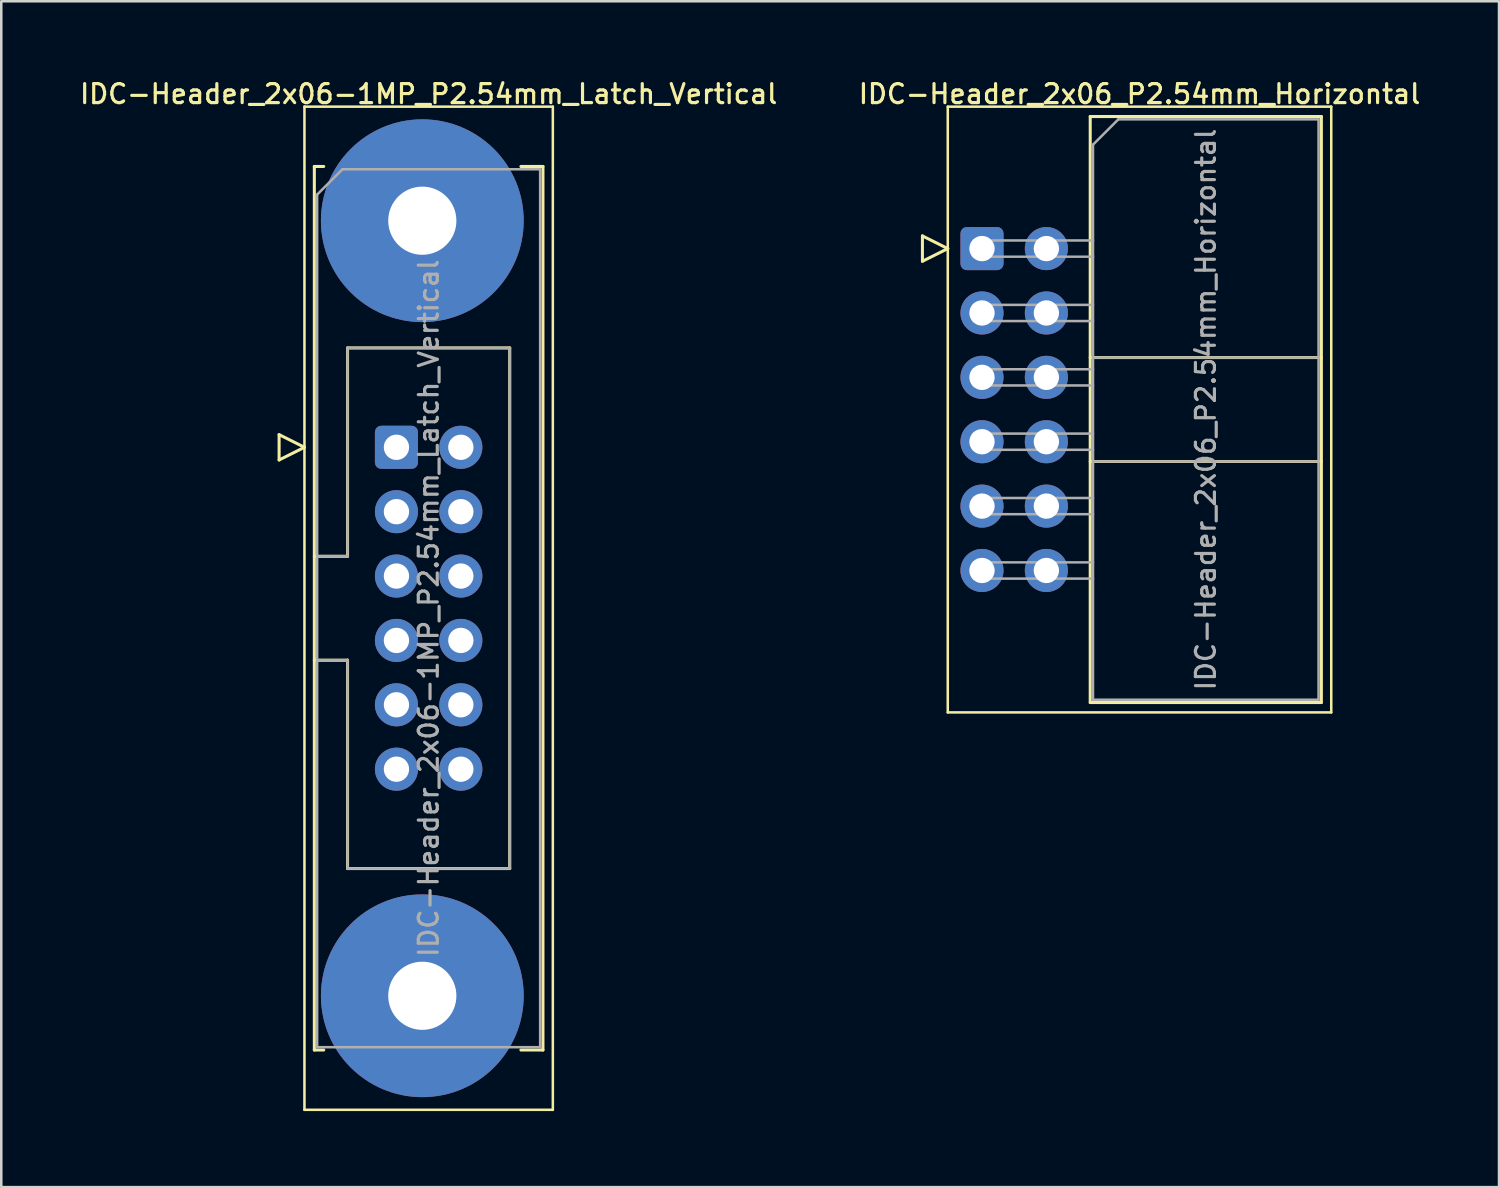
<source format=kicad_pcb>
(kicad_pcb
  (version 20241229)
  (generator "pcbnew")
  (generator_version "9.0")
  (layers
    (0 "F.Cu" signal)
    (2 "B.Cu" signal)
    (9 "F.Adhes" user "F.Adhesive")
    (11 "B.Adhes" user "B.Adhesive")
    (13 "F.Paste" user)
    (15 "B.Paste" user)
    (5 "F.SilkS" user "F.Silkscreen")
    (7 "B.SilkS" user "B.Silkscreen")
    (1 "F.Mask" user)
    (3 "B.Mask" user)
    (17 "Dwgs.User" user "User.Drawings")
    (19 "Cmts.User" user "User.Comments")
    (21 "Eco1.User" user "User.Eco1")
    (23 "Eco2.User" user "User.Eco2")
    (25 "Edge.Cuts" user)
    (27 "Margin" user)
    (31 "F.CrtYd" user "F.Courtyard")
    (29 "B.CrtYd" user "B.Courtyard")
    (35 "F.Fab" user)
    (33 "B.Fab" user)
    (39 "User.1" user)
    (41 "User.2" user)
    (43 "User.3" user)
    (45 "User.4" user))
  (footprint "IDC-Header_2x06_P2.54mm_Horizontal"
    (layer "F.Cu")
    (at 35.694 6.758)
    (property "Reference" "IDC-Header_2x06_P2.54mm_Horizontal" (at 6.215 -6.1 0) (layer "F.SilkS") (effects (font (size 0.75 0.75) (thickness 0.125))))
    (attr through_hole)
    (fp_line (start -2.35 -0.5) (end -2.35 0.5) (stroke (width 0.12) (type solid)) (layer "F.SilkS"))
    (fp_line (start -2.35 0.5) (end -1.35 0) (stroke (width 0.12) (type solid)) (layer "F.SilkS"))
    (fp_line (start -1.35 -5.6) (end -1.35 18.3) (stroke (width 0.1) (type solid)) (layer "F.SilkS"))
    (fp_line (start -1.35 0) (end -2.35 -0.5) (stroke (width 0.12) (type solid)) (layer "F.SilkS"))
    (fp_line (start -1.35 18.3) (end 13.78 18.3) (stroke (width 0.1) (type solid)) (layer "F.SilkS"))
    (fp_line (start 4.27 -5.21) (end 13.39 -5.21) (stroke (width 0.12) (type solid)) (layer "F.SilkS"))
    (fp_line (start 4.27 4.3) (end 13.39 4.3) (stroke (width 0.12) (type solid)) (layer "F.SilkS"))
    (fp_line (start 4.27 8.4) (end 13.39 8.4) (stroke (width 0.12) (type solid)) (layer "F.SilkS"))
    (fp_line (start 4.27 17.91) (end 4.27 -5.21) (stroke (width 0.12) (type solid)) (layer "F.SilkS"))
    (fp_line (start 13.39 -5.21) (end 13.39 17.91) (stroke (width 0.12) (type solid)) (layer "F.SilkS"))
    (fp_line (start 13.39 17.91) (end 4.27 17.91) (stroke (width 0.12) (type solid)) (layer "F.SilkS"))
    (fp_line (start 13.78 -5.6) (end -1.35 -5.6) (stroke (width 0.1) (type solid)) (layer "F.SilkS"))
    (fp_line (start 13.78 18.3) (end 13.78 -5.6) (stroke (width 0.1) (type solid)) (layer "F.SilkS"))
    (fp_line (start -0.32 -0.32) (end -0.32 0.32) (stroke (width 0.1) (type solid)) (layer "F.Fab"))
    (fp_line (start -0.32 0.32) (end 4.38 0.32) (stroke (width 0.1) (type solid)) (layer "F.Fab"))
    (fp_line (start -0.32 2.22) (end -0.32 2.86) (stroke (width 0.1) (type solid)) (layer "F.Fab"))
    (fp_line (start -0.32 2.86) (end 4.38 2.86) (stroke (width 0.1) (type solid)) (layer "F.Fab"))
    (fp_line (start -0.32 4.76) (end -0.32 5.4) (stroke (width 0.1) (type solid)) (layer "F.Fab"))
    (fp_line (start -0.32 5.4) (end 4.38 5.4) (stroke (width 0.1) (type solid)) (layer "F.Fab"))
    (fp_line (start -0.32 7.3) (end -0.32 7.94) (stroke (width 0.1) (type solid)) (layer "F.Fab"))
    (fp_line (start -0.32 7.94) (end 4.38 7.94) (stroke (width 0.1) (type solid)) (layer "F.Fab"))
    (fp_line (start -0.32 9.84) (end -0.32 10.48) (stroke (width 0.1) (type solid)) (layer "F.Fab"))
    (fp_line (start -0.32 10.48) (end 4.38 10.48) (stroke (width 0.1) (type solid)) (layer "F.Fab"))
    (fp_line (start -0.32 12.38) (end -0.32 13.02) (stroke (width 0.1) (type solid)) (layer "F.Fab"))
    (fp_line (start -0.32 13.02) (end 4.38 13.02) (stroke (width 0.1) (type solid)) (layer "F.Fab"))
    (fp_line (start 4.38 -4.1) (end 5.38 -5.1) (stroke (width 0.1) (type solid)) (layer "F.Fab"))
    (fp_line (start 4.38 -0.32) (end -0.32 -0.32) (stroke (width 0.1) (type solid)) (layer "F.Fab"))
    (fp_line (start 4.38 2.22) (end -0.32 2.22) (stroke (width 0.1) (type solid)) (layer "F.Fab"))
    (fp_line (start 4.38 4.3) (end 13.28 4.3) (stroke (width 0.1) (type solid)) (layer "F.Fab"))
    (fp_line (start 4.38 4.76) (end -0.32 4.76) (stroke (width 0.1) (type solid)) (layer "F.Fab"))
    (fp_line (start 4.38 7.3) (end -0.32 7.3) (stroke (width 0.1) (type solid)) (layer "F.Fab"))
    (fp_line (start 4.38 8.4) (end 13.28 8.4) (stroke (width 0.1) (type solid)) (layer "F.Fab"))
    (fp_line (start 4.38 9.84) (end -0.32 9.84) (stroke (width 0.1) (type solid)) (layer "F.Fab"))
    (fp_line (start 4.38 12.38) (end -0.32 12.38) (stroke (width 0.1) (type solid)) (layer "F.Fab"))
    (fp_line (start 4.38 17.8) (end 4.38 -4.1) (stroke (width 0.1) (type solid)) (layer "F.Fab"))
    (fp_line (start 5.38 -5.1) (end 13.28 -5.1) (stroke (width 0.1) (type solid)) (layer "F.Fab"))
    (fp_line (start 13.28 -5.1) (end 13.28 17.8) (stroke (width 0.1) (type solid)) (layer "F.Fab"))
    (fp_line (start 13.28 17.8) (end 4.38 17.8) (stroke (width 0.1) (type solid)) (layer "F.Fab"))
    (fp_text user "${REFERENCE}" (at 8.83 6.35 90) (layer "F.Fab") (effects (font (size 0.75 0.75) (thickness 0.125))))
    (pad "1" thru_hole roundrect (at 0 0) (size 1.7 1.7) (drill 1) (layers "*.Cu" "*.Mask") (roundrect_rratio 0.147))
    (pad "2" thru_hole circle (at 2.54 0) (size 1.7 1.7) (drill 1) (layers "*.Cu" "*.Mask"))
    (pad "3" thru_hole circle (at 0 2.54) (size 1.7 1.7) (drill 1) (layers "*.Cu" "*.Mask"))
    (pad "4" thru_hole circle (at 2.54 2.54) (size 1.7 1.7) (drill 1) (layers "*.Cu" "*.Mask"))
    (pad "5" thru_hole circle (at 0 5.08) (size 1.7 1.7) (drill 1) (layers "*.Cu" "*.Mask"))
    (pad "6" thru_hole circle (at 2.54 5.08) (size 1.7 1.7) (drill 1) (layers "*.Cu" "*.Mask"))
    (pad "7" thru_hole circle (at 0 7.62) (size 1.7 1.7) (drill 1) (layers "*.Cu" "*.Mask"))
    (pad "8" thru_hole circle (at 2.54 7.62) (size 1.7 1.7) (drill 1) (layers "*.Cu" "*.Mask"))
    (pad "9" thru_hole circle (at 0 10.16) (size 1.7 1.7) (drill 1) (layers "*.Cu" "*.Mask"))
    (pad "10" thru_hole circle (at 2.54 10.16) (size 1.7 1.7) (drill 1) (layers "*.Cu" "*.Mask"))
    (pad "11" thru_hole circle (at 0 12.7) (size 1.7 1.7) (drill 1) (layers "*.Cu" "*.Mask"))
    (pad "12" thru_hole circle (at 2.54 12.7) (size 1.7 1.7) (drill 1) (layers "*.Cu" "*.Mask")))
  (footprint "IDC-Header_2x06-1MP_P2.54mm_Latch_Vertical"
    (layer "F.Cu")
    (at 12.592 14.598)
    (property "Reference" "IDC-Header_2x06-1MP_P2.54mm_Latch_Vertical" (at 1.27 -13.94 0) (layer "F.SilkS") (effects (font (size 0.75 0.75) (thickness 0.125))))
    (attr through_hole)
    (fp_line (start -4.63 -0.5) (end -4.63 0.5) (stroke (width 0.12) (type solid)) (layer "F.SilkS"))
    (fp_line (start -4.63 0.5) (end -3.63 0) (stroke (width 0.12) (type solid)) (layer "F.SilkS"))
    (fp_line (start -3.63 -13.44) (end -3.63 26.14) (stroke (width 0.1) (type solid)) (layer "F.SilkS"))
    (fp_line (start -3.63 0) (end -4.63 -0.5) (stroke (width 0.12) (type solid)) (layer "F.SilkS"))
    (fp_line (start -3.63 26.14) (end 6.17 26.14) (stroke (width 0.1) (type solid)) (layer "F.SilkS"))
    (fp_line (start -3.24 -11.08) (end -3.24 23.78) (stroke (width 0.12) (type solid)) (layer "F.SilkS"))
    (fp_line (start -3.24 4.3) (end -1.93 4.3) (stroke (width 0.12) (type solid)) (layer "F.SilkS"))
    (fp_line (start -3.24 23.78) (end -2.87 23.78) (stroke (width 0.12) (type solid)) (layer "F.SilkS"))
    (fp_line (start -2.87 -11.08) (end -3.24 -11.08) (stroke (width 0.12) (type solid)) (layer "F.SilkS"))
    (fp_line (start -1.93 -3.92) (end 4.47 -3.92) (stroke (width 0.12) (type solid)) (layer "F.SilkS"))
    (fp_line (start -1.93 4.3) (end -1.93 -3.92) (stroke (width 0.12) (type solid)) (layer "F.SilkS"))
    (fp_line (start -1.93 8.4) (end -3.24 8.4) (stroke (width 0.12) (type solid)) (layer "F.SilkS"))
    (fp_line (start -1.93 8.4) (end -1.93 8.4) (stroke (width 0.12) (type solid)) (layer "F.SilkS"))
    (fp_line (start -1.93 16.62) (end -1.93 8.4) (stroke (width 0.12) (type solid)) (layer "F.SilkS"))
    (fp_line (start 4.47 -3.92) (end 4.47 16.62) (stroke (width 0.12) (type solid)) (layer "F.SilkS"))
    (fp_line (start 4.47 16.62) (end -1.93 16.62) (stroke (width 0.12) (type solid)) (layer "F.SilkS"))
    (fp_line (start 4.91 -11.08) (end 5.78 -11.08) (stroke (width 0.12) (type solid)) (layer "F.SilkS"))
    (fp_line (start 5.78 -11.08) (end 5.78 23.78) (stroke (width 0.12) (type solid)) (layer "F.SilkS"))
    (fp_line (start 5.78 23.78) (end 4.91 23.78) (stroke (width 0.12) (type solid)) (layer "F.SilkS"))
    (fp_line (start 6.17 -13.44) (end -3.63 -13.44) (stroke (width 0.1) (type solid)) (layer "F.SilkS"))
    (fp_line (start 6.17 26.14) (end 6.17 -13.44) (stroke (width 0.1) (type solid)) (layer "F.SilkS"))
    (fp_line (start -3.13 -9.97) (end -2.13 -10.97) (stroke (width 0.1) (type solid)) (layer "F.Fab"))
    (fp_line (start -3.13 4.3) (end -1.93 4.3) (stroke (width 0.1) (type solid)) (layer "F.Fab"))
    (fp_line (start -3.13 23.67) (end -3.13 -9.97) (stroke (width 0.1) (type solid)) (layer "F.Fab"))
    (fp_line (start -2.13 -10.97) (end 5.67 -10.97) (stroke (width 0.1) (type solid)) (layer "F.Fab"))
    (fp_line (start -1.93 -3.92) (end 4.47 -3.92) (stroke (width 0.1) (type solid)) (layer "F.Fab"))
    (fp_line (start -1.93 4.3) (end -1.93 -3.92) (stroke (width 0.1) (type solid)) (layer "F.Fab"))
    (fp_line (start -1.93 8.4) (end -3.13 8.4) (stroke (width 0.1) (type solid)) (layer "F.Fab"))
    (fp_line (start -1.93 8.4) (end -1.93 8.4) (stroke (width 0.1) (type solid)) (layer "F.Fab"))
    (fp_line (start -1.93 16.62) (end -1.93 8.4) (stroke (width 0.1) (type solid)) (layer "F.Fab"))
    (fp_line (start 4.47 -3.92) (end 4.47 16.62) (stroke (width 0.1) (type solid)) (layer "F.Fab"))
    (fp_line (start 4.47 16.62) (end -1.93 16.62) (stroke (width 0.1) (type solid)) (layer "F.Fab"))
    (fp_line (start 5.67 -10.97) (end 5.67 23.67) (stroke (width 0.1) (type solid)) (layer "F.Fab"))
    (fp_line (start 5.67 23.67) (end -3.13 23.67) (stroke (width 0.1) (type solid)) (layer "F.Fab"))
    (fp_text user "${REFERENCE}" (at 1.27 6.35 90) (layer "F.Fab") (effects (font (size 0.75 0.75) (thickness 0.125))))
    (pad "1" thru_hole roundrect (at 0 0) (size 1.7 1.7) (drill 1) (layers "*.Cu" "*.Mask") (roundrect_rratio 0.147))
    (pad "2" thru_hole circle (at 2.54 0) (size 1.7 1.7) (drill 1) (layers "*.Cu" "*.Mask"))
    (pad "3" thru_hole circle (at 0 2.54) (size 1.7 1.7) (drill 1) (layers "*.Cu" "*.Mask"))
    (pad "4" thru_hole circle (at 2.54 2.54) (size 1.7 1.7) (drill 1) (layers "*.Cu" "*.Mask"))
    (pad "5" thru_hole circle (at 0 5.08) (size 1.7 1.7) (drill 1) (layers "*.Cu" "*.Mask"))
    (pad "6" thru_hole circle (at 2.54 5.08) (size 1.7 1.7) (drill 1) (layers "*.Cu" "*.Mask"))
    (pad "7" thru_hole circle (at 0 7.62) (size 1.7 1.7) (drill 1) (layers "*.Cu" "*.Mask"))
    (pad "8" thru_hole circle (at 2.54 7.62) (size 1.7 1.7) (drill 1) (layers "*.Cu" "*.Mask"))
    (pad "9" thru_hole circle (at 0 10.16) (size 1.7 1.7) (drill 1) (layers "*.Cu" "*.Mask"))
    (pad "10" thru_hole circle (at 2.54 10.16) (size 1.7 1.7) (drill 1) (layers "*.Cu" "*.Mask"))
    (pad "11" thru_hole circle (at 0 12.7) (size 1.7 1.7) (drill 1) (layers "*.Cu" "*.Mask"))
    (pad "12" thru_hole circle (at 2.54 12.7) (size 1.7 1.7) (drill 1) (layers "*.Cu" "*.Mask"))
    (pad "MP" thru_hole circle (at 1.02 -8.94) (size 8 8) (drill 2.69) (layers "*.Cu" "*.Mask"))
    (pad "MP" thru_hole circle (at 1.02 21.64) (size 8 8) (drill 2.69) (layers "*.Cu" "*.Mask")))
  (gr_rect
    (start -3 -3)
    (end 56.093 43.788)
    (stroke (width 0.1) (type default))
    (fill no)
    (layer "Edge.Cuts")))
</source>
